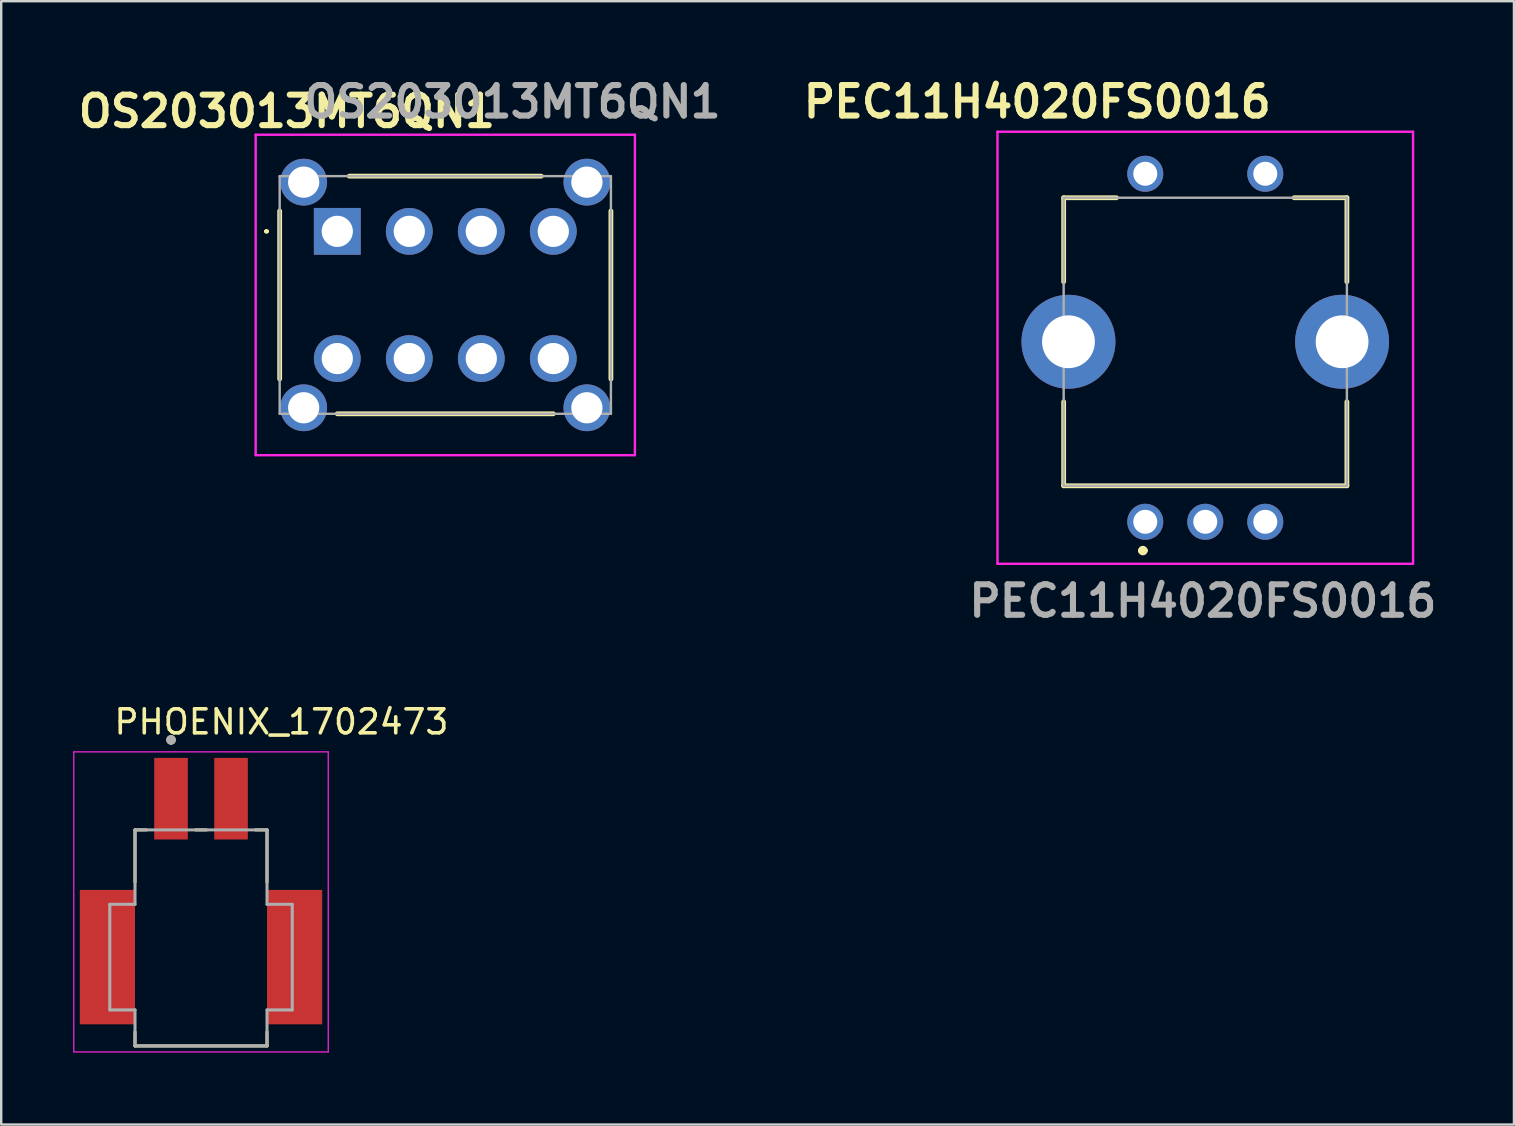
<source format=kicad_pcb>
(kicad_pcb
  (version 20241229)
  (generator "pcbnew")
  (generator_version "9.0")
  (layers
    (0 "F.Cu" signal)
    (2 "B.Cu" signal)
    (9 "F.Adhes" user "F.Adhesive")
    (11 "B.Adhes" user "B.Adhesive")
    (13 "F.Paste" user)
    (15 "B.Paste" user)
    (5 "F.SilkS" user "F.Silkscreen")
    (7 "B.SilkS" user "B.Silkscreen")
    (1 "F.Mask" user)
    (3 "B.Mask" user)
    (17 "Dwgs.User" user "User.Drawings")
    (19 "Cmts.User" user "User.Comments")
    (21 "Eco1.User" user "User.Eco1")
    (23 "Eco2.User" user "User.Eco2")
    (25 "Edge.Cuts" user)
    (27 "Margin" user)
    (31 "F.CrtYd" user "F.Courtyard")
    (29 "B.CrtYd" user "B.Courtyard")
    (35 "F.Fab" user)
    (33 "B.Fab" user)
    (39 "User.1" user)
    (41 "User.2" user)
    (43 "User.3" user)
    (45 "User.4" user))
  (footprint "PHOENIX_1702473"
    (layer "F.Cu")
    (at 2.575 40.526)
    (property "Reference" "PHOENIX_1702473" (at 6.1 -13.5 0) (layer "F.SilkS") (effects (font (size 1 1) (thickness 0.15))))
    (attr smd)
    (fp_line (start 0 -9) (end 0.48 -9) (stroke (width 0.127) (type solid)) (layer "F.SilkS"))
    (fp_line (start 0 -6.82) (end 0 -9) (stroke (width 0.127) (type solid)) (layer "F.SilkS"))
    (fp_line (start 0 0) (end 0 -0.58) (stroke (width 0.127) (type solid)) (layer "F.SilkS"))
    (fp_line (start 2.52 -9) (end 2.98 -9) (stroke (width 0.127) (type solid)) (layer "F.SilkS"))
    (fp_line (start 5.5 -9) (end 5.02 -9) (stroke (width 0.127) (type solid)) (layer "F.SilkS"))
    (fp_line (start 5.5 -6.82) (end 5.5 -9) (stroke (width 0.127) (type solid)) (layer "F.SilkS"))
    (fp_line (start 5.5 -0.58) (end 5.5 0) (stroke (width 0.127) (type solid)) (layer "F.SilkS"))
    (fp_line (start 5.5 0) (end 0 0) (stroke (width 0.127) (type solid)) (layer "F.SilkS"))
    (fp_circle (center 1.5 -12.75) (end 1.6 -12.75) (stroke (width 0.2) (type solid)) (fill no) (layer "F.SilkS"))
    (fp_line (start -2.55 -12.25) (end -2.55 0.25) (stroke (width 0.05) (type solid)) (layer "F.CrtYd"))
    (fp_line (start -2.55 0.25) (end 8.05 0.25) (stroke (width 0.05) (type solid)) (layer "F.CrtYd"))
    (fp_line (start 8.05 -12.25) (end -2.55 -12.25) (stroke (width 0.05) (type solid)) (layer "F.CrtYd"))
    (fp_line (start 8.05 0.25) (end 8.05 -12.25) (stroke (width 0.05) (type solid)) (layer "F.CrtYd"))
    (fp_line (start -1.05 -5.9) (end -1.05 -1.5) (stroke (width 0.127) (type solid)) (layer "F.Fab"))
    (fp_line (start -1.05 -5.9) (end 0 -5.9) (stroke (width 0.127) (type solid)) (layer "F.Fab"))
    (fp_line (start -1.05 -1.5) (end 0 -1.5) (stroke (width 0.127) (type solid)) (layer "F.Fab"))
    (fp_line (start 0 -9) (end 5.5 -9) (stroke (width 0.127) (type solid)) (layer "F.Fab"))
    (fp_line (start 0 -5.9) (end 0 -9) (stroke (width 0.127) (type solid)) (layer "F.Fab"))
    (fp_line (start 0 0) (end 0 -1.5) (stroke (width 0.127) (type solid)) (layer "F.Fab"))
    (fp_line (start 5.5 -9) (end 5.5 -5.9) (stroke (width 0.127) (type solid)) (layer "F.Fab"))
    (fp_line (start 5.5 -5.9) (end 6.55 -5.9) (stroke (width 0.127) (type solid)) (layer "F.Fab"))
    (fp_line (start 5.5 -1.5) (end 5.5 0) (stroke (width 0.127) (type solid)) (layer "F.Fab"))
    (fp_line (start 5.5 0) (end 0 0) (stroke (width 0.127) (type solid)) (layer "F.Fab"))
    (fp_line (start 6.55 -5.9) (end 6.55 -1.5) (stroke (width 0.127) (type solid)) (layer "F.Fab"))
    (fp_line (start 6.55 -1.5) (end 5.5 -1.5) (stroke (width 0.127) (type solid)) (layer "F.Fab"))
    (fp_circle (center 1.5 -12.75) (end 1.6 -12.75) (stroke (width 0.2) (type solid)) (fill no) (layer "F.Fab"))
    (pad "1" smd rect (at 1.5 -10.3) (size 1.4 3.4) (layers "F.Cu" "F.Mask" "F.Paste"))
    (pad "2" smd rect (at 4 -10.3) (size 1.4 3.4) (layers "F.Cu" "F.Mask" "F.Paste"))
    (pad "SH1" smd rect (at -1.15 -3.7) (size 2.3 5.6) (layers "F.Cu" "F.Mask" "F.Paste"))
    (pad "SH2" smd rect (at 6.65 -3.7) (size 2.3 5.6) (layers "F.Cu" "F.Mask" "F.Paste")))
  (footprint "PEC11H4020FS0016"
    (layer "F.Cu")
    (at 47.165 18.689)
    (property "Reference" "PEC11H4020FS0016" (at -7 -17.5 0) (layer "F.SilkS") (effects (font (size 1.27 1.27) (thickness 0.254))))
    (attr through_hole)
    (fp_line (start -5.9 -13.5) (end -3.7 -13.5) (stroke (width 0.2) (type solid)) (layer "F.SilkS"))
    (fp_line (start -5.9 -10) (end -5.9 -13.5) (stroke (width 0.2) (type solid)) (layer "F.SilkS"))
    (fp_line (start -5.9 -5) (end -5.9 -1.5) (stroke (width 0.2) (type solid)) (layer "F.SilkS"))
    (fp_line (start -5.9 -1.5) (end 5.9 -1.5) (stroke (width 0.2) (type solid)) (layer "F.SilkS"))
    (fp_line (start -2.7 1.2) (end -2.7 1.2) (stroke (width 0.2) (type solid)) (layer "F.SilkS"))
    (fp_line (start -2.5 1.2) (end -2.5 1.2) (stroke (width 0.2) (type solid)) (layer "F.SilkS"))
    (fp_line (start 5.9 -13.5) (end 3.7 -13.5) (stroke (width 0.2) (type solid)) (layer "F.SilkS"))
    (fp_line (start 5.9 -10) (end 5.9 -13.5) (stroke (width 0.2) (type solid)) (layer "F.SilkS"))
    (fp_line (start 5.9 -1.5) (end 5.9 -5) (stroke (width 0.2) (type solid)) (layer "F.SilkS"))
    (fp_arc (start -2.7 1.2) (mid -2.6 1.1) (end -2.5 1.2) (stroke (width 0.2) (type solid)) (layer "F.SilkS"))
    (fp_arc (start -2.5 1.2) (mid -2.6 1.3) (end -2.7 1.2) (stroke (width 0.2) (type solid)) (layer "F.SilkS"))
    (fp_line (start -8.658 -16.25) (end 8.657 -16.25) (stroke (width 0.1) (type solid)) (layer "F.CrtYd"))
    (fp_line (start -8.658 1.75) (end -8.658 -16.25) (stroke (width 0.1) (type solid)) (layer "F.CrtYd"))
    (fp_line (start 8.657 -16.25) (end 8.657 1.75) (stroke (width 0.1) (type solid)) (layer "F.CrtYd"))
    (fp_line (start 8.657 1.75) (end -8.658 1.75) (stroke (width 0.1) (type solid)) (layer "F.CrtYd"))
    (fp_line (start -5.9 -13.5) (end 5.9 -13.5) (stroke (width 0.1) (type solid)) (layer "F.Fab"))
    (fp_line (start -5.9 -1.5) (end -5.9 -13.5) (stroke (width 0.1) (type solid)) (layer "F.Fab"))
    (fp_line (start 5.9 -13.5) (end 5.9 -1.5) (stroke (width 0.1) (type solid)) (layer "F.Fab"))
    (fp_line (start 5.9 -1.5) (end -5.9 -1.5) (stroke (width 0.1) (type solid)) (layer "F.Fab"))
    (fp_text user "${REFERENCE}" (at -0.1 3.3 0) (layer "F.Fab") (effects (font (size 1.27 1.27) (thickness 0.254))))
    (pad "A1" thru_hole circle (at -2.5 0) (size 1.5 1.5) (drill 1) (layers "*.Cu" "*.Mask"))
    (pad "B1" thru_hole circle (at 2.5 0) (size 1.5 1.5) (drill 1) (layers "*.Cu" "*.Mask"))
    (pad "C1" thru_hole circle (at 0 0) (size 1.5 1.5) (drill 1) (layers "*.Cu" "*.Mask"))
    (pad "MH1" thru_hole circle (at -5.7 -7.5) (size 3.915 3.915) (drill 2.2) (layers "*.Cu" "*.Mask"))
    (pad "MH2" thru_hole circle (at 5.7 -7.5) (size 3.915 3.915) (drill 2.2) (layers "*.Cu" "*.Mask"))
    (pad "S1" thru_hole circle (at -2.5 -14.5) (size 1.5 1.5) (drill 1) (layers "*.Cu" "*.Mask"))
    (pad "W1" thru_hole circle (at 2.5 -14.5) (size 1.5 1.5) (drill 1) (layers "*.Cu" "*.Mask")))
  (footprint "OS203013MT6QN1"
    (layer "F.Cu")
    (at 11.002 6.589)
    (property "Reference" "OS203013MT6QN1" (at -2.1 -5 0) (layer "F.SilkS") (effects (font (size 1.27 1.27) (thickness 0.254))))
    (attr through_hole)
    (fp_line (start -3 0) (end -3 0) (stroke (width 0.1) (type solid)) (layer "F.SilkS"))
    (fp_line (start -2.9 0) (end -2.9 0) (stroke (width 0.1) (type solid)) (layer "F.SilkS"))
    (fp_line (start -2.4 6.15) (end -2.4 -0.85) (stroke (width 0.2) (type solid)) (layer "F.SilkS"))
    (fp_line (start 0 7.6) (end 9 7.6) (stroke (width 0.2) (type solid)) (layer "F.SilkS"))
    (fp_line (start 0.5 -2.3) (end 8.5 -2.3) (stroke (width 0.2) (type solid)) (layer "F.SilkS"))
    (fp_line (start 11.4 6.15) (end 11.4 -0.85) (stroke (width 0.2) (type solid)) (layer "F.SilkS"))
    (fp_arc (start -3 0) (mid -2.95 -0.05) (end -2.9 0) (stroke (width 0.1) (type solid)) (layer "F.SilkS"))
    (fp_arc (start -2.9 0) (mid -2.95 0.05) (end -3 0) (stroke (width 0.1) (type solid)) (layer "F.SilkS"))
    (fp_line (start -3.4 -4.025) (end 12.4 -4.025) (stroke (width 0.1) (type solid)) (layer "F.CrtYd"))
    (fp_line (start -3.4 9.325) (end -3.4 -4.025) (stroke (width 0.1) (type solid)) (layer "F.CrtYd"))
    (fp_line (start 12.4 -4.025) (end 12.4 9.325) (stroke (width 0.1) (type solid)) (layer "F.CrtYd"))
    (fp_line (start 12.4 9.325) (end -3.4 9.325) (stroke (width 0.1) (type solid)) (layer "F.CrtYd"))
    (fp_line (start -2.4 -2.3) (end 11.4 -2.3) (stroke (width 0.1) (type solid)) (layer "F.Fab"))
    (fp_line (start -2.4 7.6) (end -2.4 -2.3) (stroke (width 0.1) (type solid)) (layer "F.Fab"))
    (fp_line (start 11.4 -2.3) (end 11.4 7.6) (stroke (width 0.1) (type solid)) (layer "F.Fab"))
    (fp_line (start 11.4 7.6) (end -2.4 7.6) (stroke (width 0.1) (type solid)) (layer "F.Fab"))
    (fp_text user "${REFERENCE}" (at 7.3 -5.4 0) (layer "F.Fab") (effects (font (size 1.27 1.27) (thickness 0.254))))
    (pad "1" thru_hole rect (at 0 0) (size 1.95 1.95) (drill 1.3) (layers "*.Cu" "*.Mask"))
    (pad "2" thru_hole circle (at 3 0) (size 1.95 1.95) (drill 1.3) (layers "*.Cu" "*.Mask"))
    (pad "3" thru_hole circle (at 6 0) (size 1.95 1.95) (drill 1.3) (layers "*.Cu" "*.Mask"))
    (pad "4" thru_hole circle (at 9 0) (size 1.95 1.95) (drill 1.3) (layers "*.Cu" "*.Mask"))
    (pad "5" thru_hole circle (at 0 5.3) (size 1.95 1.95) (drill 1.3) (layers "*.Cu" "*.Mask"))
    (pad "6" thru_hole circle (at 3 5.3) (size 1.95 1.95) (drill 1.3) (layers "*.Cu" "*.Mask"))
    (pad "7" thru_hole circle (at 6 5.3) (size 1.95 1.95) (drill 1.3) (layers "*.Cu" "*.Mask"))
    (pad "8" thru_hole circle (at 9 5.3) (size 1.95 1.95) (drill 1.3) (layers "*.Cu" "*.Mask"))
    (pad "MH1" thru_hole circle (at -1.4 -2.05) (size 1.95 1.95) (drill 1.3) (layers "*.Cu" "*.Mask"))
    (pad "MH2" thru_hole circle (at 10.4 -2.05) (size 1.95 1.95) (drill 1.3) (layers "*.Cu" "*.Mask"))
    (pad "MH3" thru_hole circle (at -1.4 7.35) (size 1.95 1.95) (drill 1.3) (layers "*.Cu" "*.Mask"))
    (pad "MH4" thru_hole circle (at 10.4 7.35) (size 1.95 1.95) (drill 1.3) (layers "*.Cu" "*.Mask")))
  (gr_rect
    (start -3 -3)
    (end 60.025 43.801)
    (stroke (width 0.1) (type default))
    (fill no)
    (layer "Edge.Cuts")))
</source>
